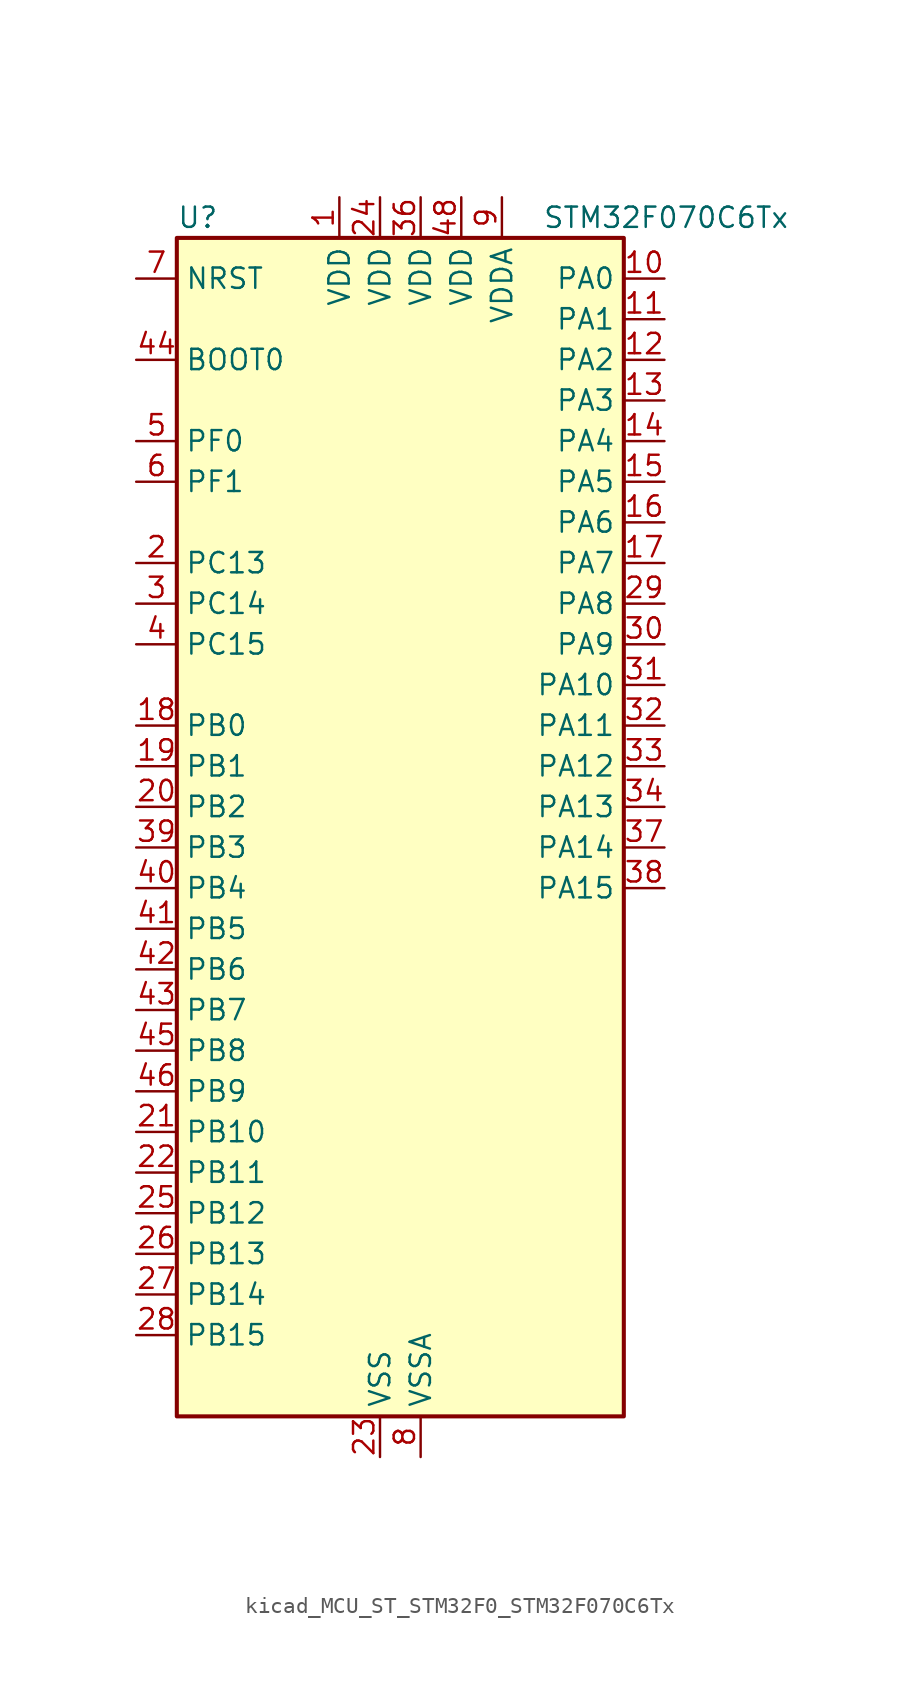
<source format=kicad_sym>
(kicad_symbol_lib
  (version 20220914)
  (generator kicad_symbol_editor)
  (symbol "kicad_MCU_ST_STM32F0_STM32F070C6Tx"
    (property "Reference" "U"
      (at -12.7 39.37 0)
      (effects (font (size 1.27 1.27)) (justify left)))
    (property "Value" "STM32F070C6Tx"
      (at 10.16 39.37 0)
      (effects (font (size 1.27 1.27)) (justify left)))
    (property "ki_locked" ""
      (at 0 0 0)
      (effects (font (size 1.27 1.27))))
    (symbol "kicad_MCU_ST_STM32F0_STM32F070C6Tx_0_1"
      (rectangle (start -12.7 -35.56) (end 15.24 38.1) (stroke (width 0.254) (type default)) (fill (type background))))
    (symbol "kicad_MCU_ST_STM32F0_STM32F070C6Tx_1_1"
      (pin power_in line (at -2.54 40.64 270) (length 2.54) (name "VDD" (effects (font (size 1.27 1.27)))) (number "1" (effects (font (size 1.27 1.27)))))
      (pin bidirectional line (at 17.78 35.56 180) (length 2.54) (name "PA0" (effects (font (size 1.27 1.27)))) (number "10" (effects (font (size 1.27 1.27)))) (alternate "ADC_IN0" bidirectional line) (alternate "RTC_TAMP2" bidirectional line) (alternate "SYS_WKUP1" bidirectional line) (alternate "USART2_CTS" bidirectional line))
      (pin bidirectional line (at 17.78 33.02 180) (length 2.54) (name "PA1" (effects (font (size 1.27 1.27)))) (number "11" (effects (font (size 1.27 1.27)))) (alternate "ADC_IN1" bidirectional line) (alternate "USART2_DE" bidirectional line) (alternate "USART2_RTS" bidirectional line))
      (pin bidirectional line (at 17.78 30.48 180) (length 2.54) (name "PA2" (effects (font (size 1.27 1.27)))) (number "12" (effects (font (size 1.27 1.27)))) (alternate "ADC_IN2" bidirectional line) (alternate "SYS_WKUP4" bidirectional line) (alternate "USART2_TX" bidirectional line))
      (pin bidirectional line (at 17.78 27.94 180) (length 2.54) (name "PA3" (effects (font (size 1.27 1.27)))) (number "13" (effects (font (size 1.27 1.27)))) (alternate "ADC_IN3" bidirectional line) (alternate "USART2_RX" bidirectional line))
      (pin bidirectional line (at 17.78 25.4 180) (length 2.54) (name "PA4" (effects (font (size 1.27 1.27)))) (number "14" (effects (font (size 1.27 1.27)))) (alternate "ADC_IN4" bidirectional line) (alternate "SPI1_NSS" bidirectional line) (alternate "TIM14_CH1" bidirectional line) (alternate "USART2_CK" bidirectional line) (alternate "USB_NOE" bidirectional line))
      (pin bidirectional line (at 17.78 22.86 180) (length 2.54) (name "PA5" (effects (font (size 1.27 1.27)))) (number "15" (effects (font (size 1.27 1.27)))) (alternate "ADC_IN5" bidirectional line) (alternate "SPI1_SCK" bidirectional line))
      (pin bidirectional line (at 17.78 20.32 180) (length 2.54) (name "PA6" (effects (font (size 1.27 1.27)))) (number "16" (effects (font (size 1.27 1.27)))) (alternate "ADC_IN6" bidirectional line) (alternate "SPI1_MISO" bidirectional line) (alternate "TIM16_CH1" bidirectional line) (alternate "TIM1_BKIN" bidirectional line) (alternate "TIM3_CH1" bidirectional line))
      (pin bidirectional line (at 17.78 17.78 180) (length 2.54) (name "PA7" (effects (font (size 1.27 1.27)))) (number "17" (effects (font (size 1.27 1.27)))) (alternate "ADC_IN7" bidirectional line) (alternate "SPI1_MOSI" bidirectional line) (alternate "TIM14_CH1" bidirectional line) (alternate "TIM17_CH1" bidirectional line) (alternate "TIM1_CH1N" bidirectional line) (alternate "TIM3_CH2" bidirectional line))
      (pin bidirectional line (at -15.24 7.62 0) (length 2.54) (name "PB0" (effects (font (size 1.27 1.27)))) (number "18" (effects (font (size 1.27 1.27)))) (alternate "ADC_IN8" bidirectional line) (alternate "TIM1_CH2N" bidirectional line) (alternate "TIM3_CH3" bidirectional line))
      (pin bidirectional line (at -15.24 5.08 0) (length 2.54) (name "PB1" (effects (font (size 1.27 1.27)))) (number "19" (effects (font (size 1.27 1.27)))) (alternate "ADC_IN9" bidirectional line) (alternate "TIM14_CH1" bidirectional line) (alternate "TIM1_CH3N" bidirectional line) (alternate "TIM3_CH4" bidirectional line))
      (pin bidirectional line (at -15.24 17.78 0) (length 2.54) (name "PC13" (effects (font (size 1.27 1.27)))) (number "2" (effects (font (size 1.27 1.27)))) (alternate "RTC_OUT_ALARM" bidirectional line) (alternate "RTC_OUT_CALIB" bidirectional line) (alternate "RTC_TAMP1" bidirectional line) (alternate "RTC_TS" bidirectional line) (alternate "SYS_WKUP2" bidirectional line))
      (pin bidirectional line (at -15.24 2.54 0) (length 2.54) (name "PB2" (effects (font (size 1.27 1.27)))) (number "20" (effects (font (size 1.27 1.27)))))
      (pin bidirectional line (at -15.24 -17.78 0) (length 2.54) (name "PB10" (effects (font (size 1.27 1.27)))) (number "21" (effects (font (size 1.27 1.27)))))
      (pin bidirectional line (at -15.24 -20.32 0) (length 2.54) (name "PB11" (effects (font (size 1.27 1.27)))) (number "22" (effects (font (size 1.27 1.27)))))
      (pin power_in line (at 0 -38.1 90) (length 2.54) (name "VSS" (effects (font (size 1.27 1.27)))) (number "23" (effects (font (size 1.27 1.27)))))
      (pin power_in line (at 0 40.64 270) (length 2.54) (name "VDD" (effects (font (size 1.27 1.27)))) (number "24" (effects (font (size 1.27 1.27)))))
      (pin bidirectional line (at -15.24 -22.86 0) (length 2.54) (name "PB12" (effects (font (size 1.27 1.27)))) (number "25" (effects (font (size 1.27 1.27)))) (alternate "TIM1_BKIN" bidirectional line))
      (pin bidirectional line (at -15.24 -25.4 0) (length 2.54) (name "PB13" (effects (font (size 1.27 1.27)))) (number "26" (effects (font (size 1.27 1.27)))) (alternate "TIM1_CH1N" bidirectional line))
      (pin bidirectional line (at -15.24 -27.94 0) (length 2.54) (name "PB14" (effects (font (size 1.27 1.27)))) (number "27" (effects (font (size 1.27 1.27)))) (alternate "TIM1_CH2N" bidirectional line))
      (pin bidirectional line (at -15.24 -30.48 0) (length 2.54) (name "PB15" (effects (font (size 1.27 1.27)))) (number "28" (effects (font (size 1.27 1.27)))) (alternate "RTC_REFIN" bidirectional line) (alternate "SYS_WKUP7" bidirectional line) (alternate "TIM1_CH3N" bidirectional line))
      (pin bidirectional line (at 17.78 15.24 180) (length 2.54) (name "PA8" (effects (font (size 1.27 1.27)))) (number "29" (effects (font (size 1.27 1.27)))) (alternate "RCC_MCO" bidirectional line) (alternate "TIM1_CH1" bidirectional line) (alternate "USART1_CK" bidirectional line))
      (pin bidirectional line (at -15.24 15.24 0) (length 2.54) (name "PC14" (effects (font (size 1.27 1.27)))) (number "3" (effects (font (size 1.27 1.27)))) (alternate "RCC_OSC32_IN" bidirectional line))
      (pin bidirectional line (at 17.78 12.7 180) (length 2.54) (name "PA9" (effects (font (size 1.27 1.27)))) (number "30" (effects (font (size 1.27 1.27)))) (alternate "I2C1_SCL" bidirectional line) (alternate "TIM1_CH2" bidirectional line) (alternate "USART1_TX" bidirectional line))
      (pin bidirectional line (at 17.78 10.16 180) (length 2.54) (name "PA10" (effects (font (size 1.27 1.27)))) (number "31" (effects (font (size 1.27 1.27)))) (alternate "I2C1_SDA" bidirectional line) (alternate "TIM17_BKIN" bidirectional line) (alternate "TIM1_CH3" bidirectional line) (alternate "USART1_RX" bidirectional line))
      (pin bidirectional line (at 17.78 7.62 180) (length 2.54) (name "PA11" (effects (font (size 1.27 1.27)))) (number "32" (effects (font (size 1.27 1.27)))) (alternate "TIM1_CH4" bidirectional line) (alternate "USART1_CTS" bidirectional line) (alternate "USB_DM" bidirectional line))
      (pin bidirectional line (at 17.78 5.08 180) (length 2.54) (name "PA12" (effects (font (size 1.27 1.27)))) (number "33" (effects (font (size 1.27 1.27)))) (alternate "TIM1_ETR" bidirectional line) (alternate "USART1_DE" bidirectional line) (alternate "USART1_RTS" bidirectional line) (alternate "USB_DP" bidirectional line))
      (pin bidirectional line (at 17.78 2.54 180) (length 2.54) (name "PA13" (effects (font (size 1.27 1.27)))) (number "34" (effects (font (size 1.27 1.27)))) (alternate "IR_OUT" bidirectional line) (alternate "SYS_SWDIO" bidirectional line) (alternate "USB_NOE" bidirectional line))
      (pin passive line (at 0 -38.1 90) (length 2.54) hide (name "VSS" (effects (font (size 1.27 1.27)))) (number "35" (effects (font (size 1.27 1.27)))))
      (pin power_in line (at 2.54 40.64 270) (length 2.54) (name "VDD" (effects (font (size 1.27 1.27)))) (number "36" (effects (font (size 1.27 1.27)))))
      (pin bidirectional line (at 17.78 0 180) (length 2.54) (name "PA14" (effects (font (size 1.27 1.27)))) (number "37" (effects (font (size 1.27 1.27)))) (alternate "SYS_SWCLK" bidirectional line) (alternate "USART2_TX" bidirectional line))
      (pin bidirectional line (at 17.78 -2.54 180) (length 2.54) (name "PA15" (effects (font (size 1.27 1.27)))) (number "38" (effects (font (size 1.27 1.27)))) (alternate "SPI1_NSS" bidirectional line) (alternate "USART2_RX" bidirectional line))
      (pin bidirectional line (at -15.24 0 0) (length 2.54) (name "PB3" (effects (font (size 1.27 1.27)))) (number "39" (effects (font (size 1.27 1.27)))) (alternate "SPI1_SCK" bidirectional line))
      (pin bidirectional line (at -15.24 12.7 0) (length 2.54) (name "PC15" (effects (font (size 1.27 1.27)))) (number "4" (effects (font (size 1.27 1.27)))) (alternate "RCC_OSC32_OUT" bidirectional line))
      (pin bidirectional line (at -15.24 -2.54 0) (length 2.54) (name "PB4" (effects (font (size 1.27 1.27)))) (number "40" (effects (font (size 1.27 1.27)))) (alternate "SPI1_MISO" bidirectional line) (alternate "TIM17_BKIN" bidirectional line) (alternate "TIM3_CH1" bidirectional line))
      (pin bidirectional line (at -15.24 -5.08 0) (length 2.54) (name "PB5" (effects (font (size 1.27 1.27)))) (number "41" (effects (font (size 1.27 1.27)))) (alternate "I2C1_SMBA" bidirectional line) (alternate "SPI1_MOSI" bidirectional line) (alternate "SYS_WKUP6" bidirectional line) (alternate "TIM16_BKIN" bidirectional line) (alternate "TIM3_CH2" bidirectional line))
      (pin bidirectional line (at -15.24 -7.62 0) (length 2.54) (name "PB6" (effects (font (size 1.27 1.27)))) (number "42" (effects (font (size 1.27 1.27)))) (alternate "I2C1_SCL" bidirectional line) (alternate "TIM16_CH1N" bidirectional line) (alternate "USART1_TX" bidirectional line))
      (pin bidirectional line (at -15.24 -10.16 0) (length 2.54) (name "PB7" (effects (font (size 1.27 1.27)))) (number "43" (effects (font (size 1.27 1.27)))) (alternate "I2C1_SDA" bidirectional line) (alternate "TIM17_CH1N" bidirectional line) (alternate "USART1_RX" bidirectional line))
      (pin input line (at -15.24 30.48 0) (length 2.54) (name "BOOT0" (effects (font (size 1.27 1.27)))) (number "44" (effects (font (size 1.27 1.27)))))
      (pin bidirectional line (at -15.24 -12.7 0) (length 2.54) (name "PB8" (effects (font (size 1.27 1.27)))) (number "45" (effects (font (size 1.27 1.27)))) (alternate "I2C1_SCL" bidirectional line) (alternate "TIM16_CH1" bidirectional line))
      (pin bidirectional line (at -15.24 -15.24 0) (length 2.54) (name "PB9" (effects (font (size 1.27 1.27)))) (number "46" (effects (font (size 1.27 1.27)))) (alternate "I2C1_SDA" bidirectional line) (alternate "IR_OUT" bidirectional line) (alternate "TIM17_CH1" bidirectional line))
      (pin passive line (at 0 -38.1 90) (length 2.54) hide (name "VSS" (effects (font (size 1.27 1.27)))) (number "47" (effects (font (size 1.27 1.27)))))
      (pin power_in line (at 5.08 40.64 270) (length 2.54) (name "VDD" (effects (font (size 1.27 1.27)))) (number "48" (effects (font (size 1.27 1.27)))))
      (pin bidirectional line (at -15.24 25.4 0) (length 2.54) (name "PF0" (effects (font (size 1.27 1.27)))) (number "5" (effects (font (size 1.27 1.27)))) (alternate "I2C1_SDA" bidirectional line) (alternate "RCC_OSC_IN" bidirectional line))
      (pin bidirectional line (at -15.24 22.86 0) (length 2.54) (name "PF1" (effects (font (size 1.27 1.27)))) (number "6" (effects (font (size 1.27 1.27)))) (alternate "I2C1_SCL" bidirectional line) (alternate "RCC_OSC_OUT" bidirectional line))
      (pin input line (at -15.24 35.56 0) (length 2.54) (name "NRST" (effects (font (size 1.27 1.27)))) (number "7" (effects (font (size 1.27 1.27)))))
      (pin power_in line (at 2.54 -38.1 90) (length 2.54) (name "VSSA" (effects (font (size 1.27 1.27)))) (number "8" (effects (font (size 1.27 1.27)))))
      (pin power_in line (at 7.62 40.64 270) (length 2.54) (name "VDDA" (effects (font (size 1.27 1.27)))) (number "9" (effects (font (size 1.27 1.27))))))))
</source>
